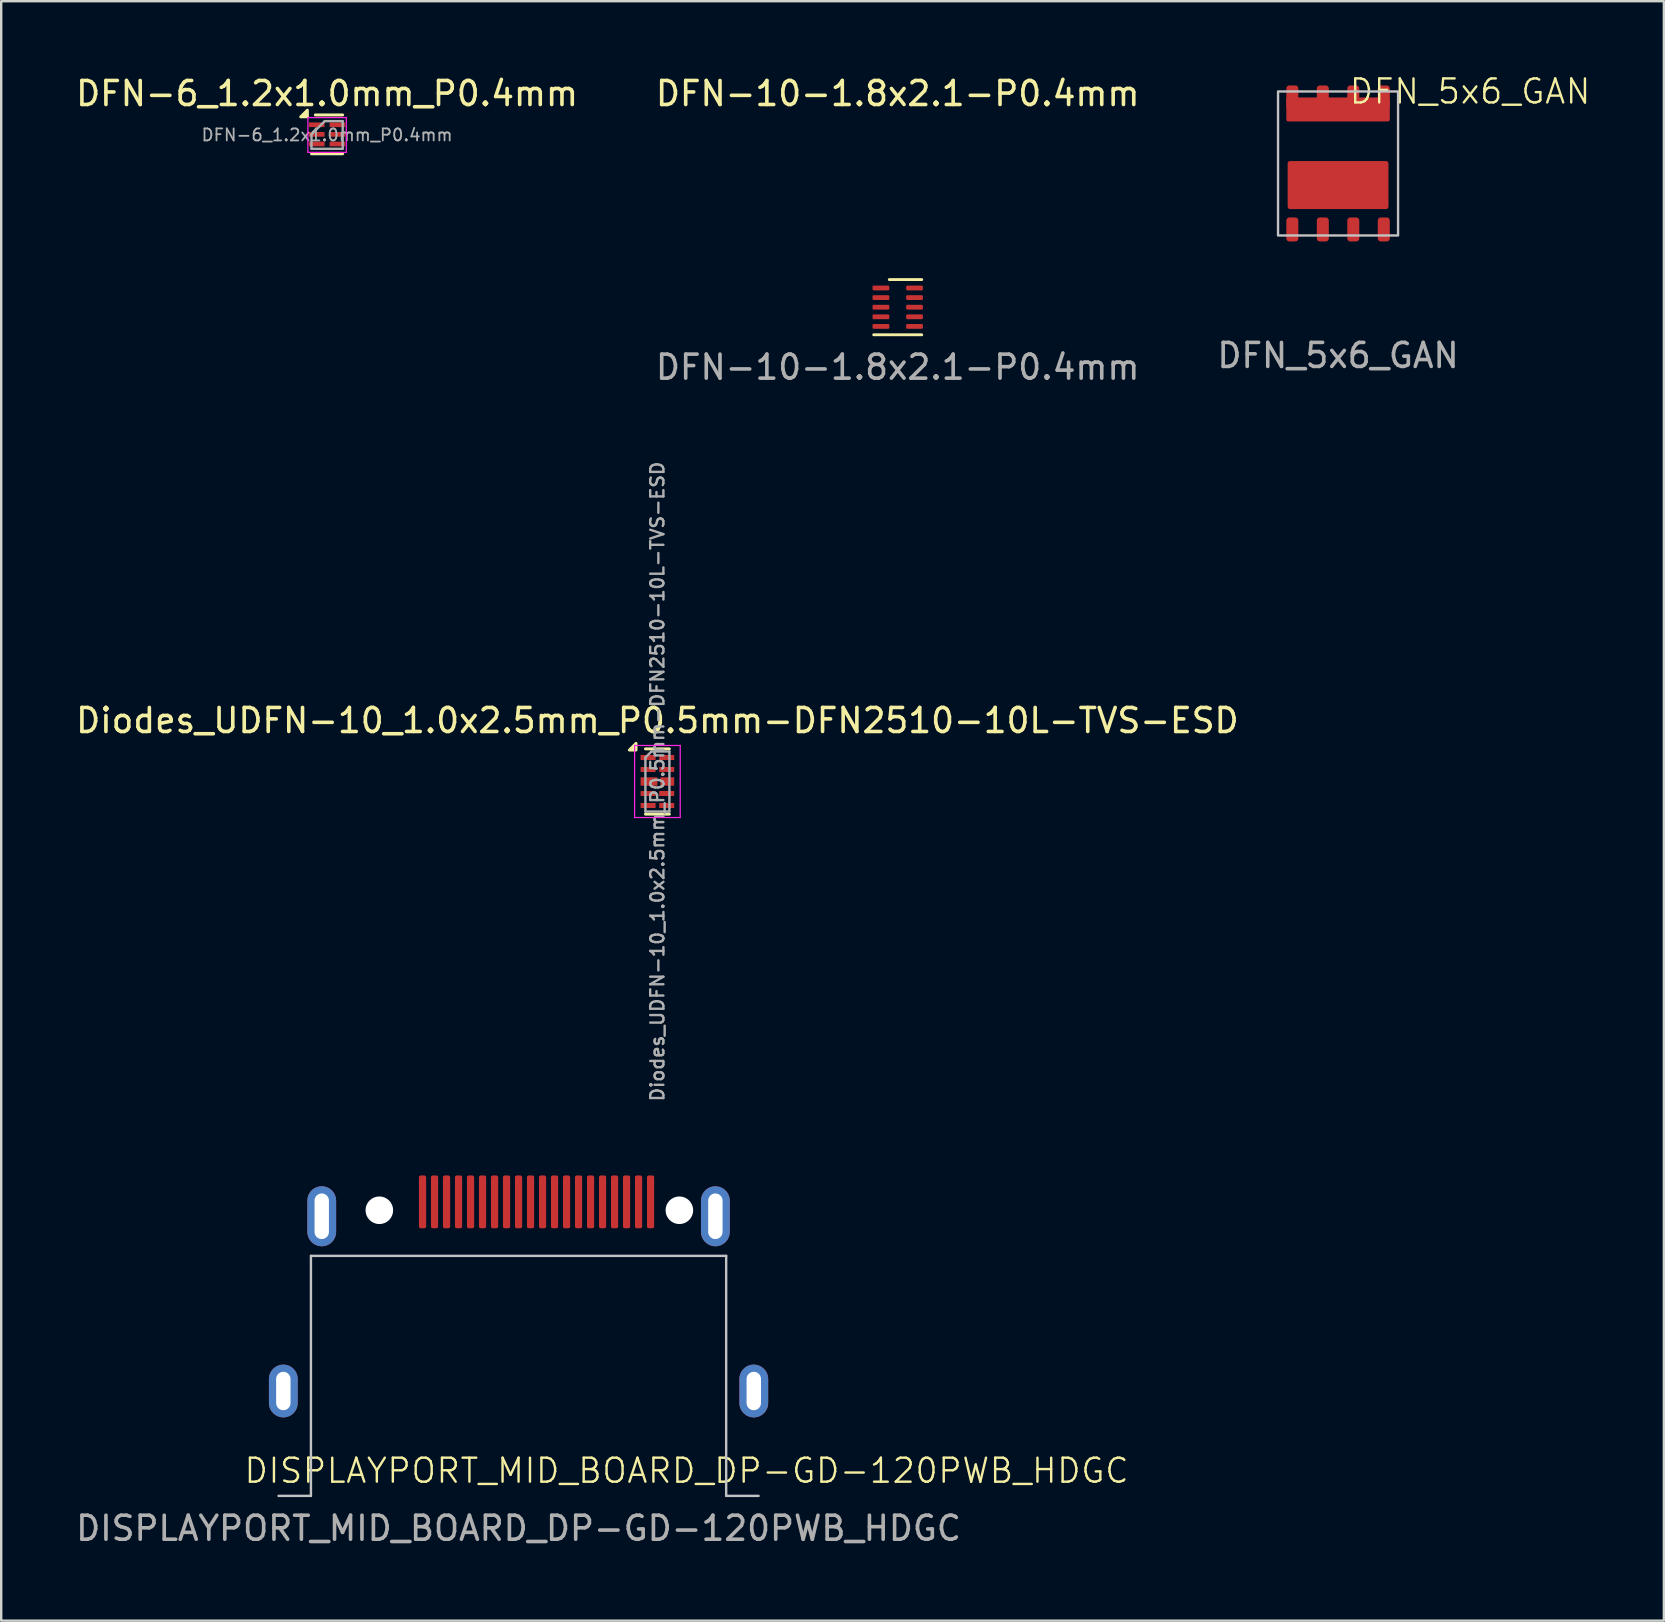
<source format=kicad_pcb>
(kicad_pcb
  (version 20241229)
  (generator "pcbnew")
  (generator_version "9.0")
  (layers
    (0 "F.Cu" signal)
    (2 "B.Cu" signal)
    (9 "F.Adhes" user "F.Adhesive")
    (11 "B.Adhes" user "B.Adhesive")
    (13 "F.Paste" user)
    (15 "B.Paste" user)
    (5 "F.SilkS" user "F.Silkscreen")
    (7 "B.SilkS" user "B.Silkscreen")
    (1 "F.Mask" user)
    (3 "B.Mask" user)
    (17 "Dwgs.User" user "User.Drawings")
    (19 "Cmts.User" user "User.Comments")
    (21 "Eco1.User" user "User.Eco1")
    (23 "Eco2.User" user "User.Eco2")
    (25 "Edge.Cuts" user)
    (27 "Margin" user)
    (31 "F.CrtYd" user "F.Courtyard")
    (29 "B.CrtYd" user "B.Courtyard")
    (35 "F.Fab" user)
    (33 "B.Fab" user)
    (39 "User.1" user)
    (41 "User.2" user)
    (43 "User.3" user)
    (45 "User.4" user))
  (footprint "DISPLAYPORT_MID_BOARD_DP-GD-120PWB_HDGC"
    (layer "F.Cu")
    (at 18.554 60.222)
    (property "Reference" "DISPLAYPORT_MID_BOARD_DP-GD-120PWB_HDGC" (at 7 -2 0) (unlocked yes) (layer "F.SilkS") (effects (font (size 1 1) (thickness 0.1))))
    (attr smd)
    (fp_line (start -10 -0.95) (end -8.65 -0.95) (stroke (width 0.1) (type default)) (layer "Dwgs.User"))
    (fp_line (start -8.65 -10.95) (end 8.65 -10.95) (stroke (width 0.1) (type default)) (layer "Dwgs.User"))
    (fp_line (start -8.65 -0.95) (end -8.65 -10.95) (stroke (width 0.1) (type default)) (layer "Dwgs.User"))
    (fp_line (start 8.65 -0.95) (end 8.65 -10.95) (stroke (width 0.1) (type default)) (layer "Dwgs.User"))
    (fp_line (start 8.65 -0.95) (end 10 -0.95) (stroke (width 0.1) (type default)) (layer "Dwgs.User"))
    (fp_text user "${REFERENCE}" (at 0 0.4 0) (unlocked yes) (layer "F.Fab") (effects (font (size 1 1) (thickness 0.15))))
    (pad "" np_thru_hole circle (at -5.8 -12.85 90) (size 1.15 1.15) (drill 1.15) (layers "*.Cu" "*.Mask"))
    (pad "" np_thru_hole circle (at 6.7 -12.85 90) (size 1.15 1.15) (drill 1.15) (layers "*.Cu" "*.Mask"))
    (pad "1" smd roundrect (at 5.5 -13.2 90) (size 2.2 0.3) (layers "F.Cu" "F.Mask" "F.Paste") (roundrect_rratio 0.25))
    (pad "2" smd roundrect (at 5 -13.2 90) (size 2.2 0.3) (layers "F.Cu" "F.Mask" "F.Paste") (roundrect_rratio 0.25))
    (pad "3" smd roundrect (at 4.5 -13.2 90) (size 2.2 0.3) (layers "F.Cu" "F.Mask" "F.Paste") (roundrect_rratio 0.25))
    (pad "4" smd roundrect (at 4 -13.2 90) (size 2.2 0.3) (layers "F.Cu" "F.Mask" "F.Paste") (roundrect_rratio 0.25))
    (pad "5" smd roundrect (at 3.5 -13.2 90) (size 2.2 0.3) (layers "F.Cu" "F.Mask" "F.Paste") (roundrect_rratio 0.25))
    (pad "6" smd roundrect (at 3 -13.2 90) (size 2.2 0.3) (layers "F.Cu" "F.Mask" "F.Paste") (roundrect_rratio 0.25))
    (pad "7" smd roundrect (at 2.5 -13.2 90) (size 2.2 0.3) (layers "F.Cu" "F.Mask" "F.Paste") (roundrect_rratio 0.25))
    (pad "8" smd roundrect (at 2 -13.2 90) (size 2.2 0.3) (layers "F.Cu" "F.Mask" "F.Paste") (roundrect_rratio 0.25))
    (pad "9" smd roundrect (at 1.5 -13.2 90) (size 2.2 0.3) (layers "F.Cu" "F.Mask" "F.Paste") (roundrect_rratio 0.25))
    (pad "10" smd roundrect (at 1 -13.2 90) (size 2.2 0.3) (layers "F.Cu" "F.Mask" "F.Paste") (roundrect_rratio 0.25))
    (pad "11" smd roundrect (at 0.5 -13.2 90) (size 2.2 0.3) (layers "F.Cu" "F.Mask" "F.Paste") (roundrect_rratio 0.25))
    (pad "12" smd roundrect (at 0 -13.2 90) (size 2.2 0.3) (layers "F.Cu" "F.Mask" "F.Paste") (roundrect_rratio 0.25))
    (pad "13" smd roundrect (at -0.5 -13.2 90) (size 2.2 0.3) (layers "F.Cu" "F.Mask" "F.Paste") (roundrect_rratio 0.25))
    (pad "14" smd roundrect (at -1 -13.2 90) (size 2.2 0.3) (layers "F.Cu" "F.Mask" "F.Paste") (roundrect_rratio 0.25))
    (pad "15" smd roundrect (at -1.5 -13.2 90) (size 2.2 0.3) (layers "F.Cu" "F.Mask" "F.Paste") (roundrect_rratio 0.25))
    (pad "16" smd roundrect (at -2 -13.2 90) (size 2.2 0.3) (layers "F.Cu" "F.Mask" "F.Paste") (roundrect_rratio 0.25))
    (pad "17" smd roundrect (at -2.5 -13.2 90) (size 2.2 0.3) (layers "F.Cu" "F.Mask" "F.Paste") (roundrect_rratio 0.25))
    (pad "18" smd roundrect (at -3 -13.2 90) (size 2.2 0.3) (layers "F.Cu" "F.Mask" "F.Paste") (roundrect_rratio 0.25))
    (pad "19" smd roundrect (at -3.5 -13.2 90) (size 2.2 0.3) (layers "F.Cu" "F.Mask" "F.Paste") (roundrect_rratio 0.25))
    (pad "20" smd roundrect (at -4 -13.2 90) (size 2.2 0.3) (layers "F.Cu" "F.Mask" "F.Paste") (roundrect_rratio 0.25))
    (pad "21" thru_hole oval (at -9.8 -5.32 90) (size 2.2 1.2) (drill oval 1.6 0.6) (layers "*.Cu" "*.Mask"))
    (pad "21" thru_hole oval (at -8.2 -12.6 90) (size 2.5 1.2) (drill oval 1.9 0.6) (layers "*.Cu" "*.Mask"))
    (pad "21" thru_hole oval (at 8.2 -12.6 90) (size 2.5 1.2) (drill oval 1.9 0.6) (layers "*.Cu" "*.Mask"))
    (pad "21" thru_hole oval (at 9.8 -5.32 90) (size 2.2 1.2) (drill oval 1.6 0.6) (layers "*.Cu" "*.Mask")))
  (footprint "DFN-10-1.8x2.1-P0.4mm"
    (layer "F.Cu")
    (at 34.351 9.748)
    (property "Reference" "DFN-10-1.8x2.1-P0.4mm" (at 0 -8.9 0) (unlocked yes) (layer "F.SilkS") (effects (font (size 1 1) (thickness 0.15))))
    (attr smd)
    (fp_line (start -0.35 -1.15) (end 1 -1.15) (stroke (width 0.12) (type solid)) (layer "F.SilkS"))
    (fp_line (start 1 1.15) (end -1 1.15) (stroke (width 0.12) (type solid)) (layer "F.SilkS"))
    (fp_text user "${REFERENCE}" (at 0 2.5 0) (unlocked yes) (layer "F.Fab") (effects (font (size 1 1) (thickness 0.15))))
    (pad "1" smd roundrect (at -0.7 -0.8) (size 0.7 0.2) (layers "F.Cu" "F.Mask" "F.Paste") (roundrect_rratio 0.25))
    (pad "2" smd roundrect (at -0.7 -0.4) (size 0.7 0.2) (layers "F.Cu" "F.Mask" "F.Paste") (roundrect_rratio 0.25))
    (pad "3" smd roundrect (at -0.7 0) (size 0.7 0.2) (layers "F.Cu" "F.Mask" "F.Paste") (roundrect_rratio 0.25))
    (pad "4" smd roundrect (at -0.7 0.4) (size 0.7 0.2) (layers "F.Cu" "F.Mask" "F.Paste") (roundrect_rratio 0.25))
    (pad "5" smd roundrect (at -0.7 0.8) (size 0.7 0.2) (layers "F.Cu" "F.Mask" "F.Paste") (roundrect_rratio 0.25))
    (pad "6" smd roundrect (at 0.7 0.8) (size 0.7 0.2) (layers "F.Cu" "F.Mask" "F.Paste") (roundrect_rratio 0.25))
    (pad "7" smd roundrect (at 0.7 0.4) (size 0.7 0.2) (layers "F.Cu" "F.Mask" "F.Paste") (roundrect_rratio 0.25))
    (pad "8" smd roundrect (at 0.7 0) (size 0.7 0.2) (layers "F.Cu" "F.Mask" "F.Paste") (roundrect_rratio 0.25))
    (pad "9" smd roundrect (at 0.7 -0.4) (size 0.7 0.2) (layers "F.Cu" "F.Mask" "F.Paste") (roundrect_rratio 0.25))
    (pad "10" smd roundrect (at 0.7 -0.8) (size 0.7 0.2) (layers "F.Cu" "F.Mask" "F.Paste") (roundrect_rratio 0.25)))
  (footprint "DFN_5x6_GAN"
    (layer "F.Cu")
    (at 52.696 3.76)
    (property "Reference" "DFN_5x6_GAN" (at 5.5 -3 0) (unlocked yes) (layer "F.SilkS") (effects (font (size 1 1) (thickness 0.1))))
    (attr smd)
    (fp_rect (start -2.5 -3) (end 2.5 3) (stroke (width 0.1) (type default)) (fill no) (layer "Dwgs.User"))
    (fp_text user "${REFERENCE}" (at 0 8 0) (unlocked yes) (layer "F.Fab") (effects (font (size 1 1) (thickness 0.15))))
    (pad "1" smd roundrect (at -1.905 2.75 180) (size 0.5 1) (layers "F.Cu" "F.Mask" "F.Paste") (roundrect_rratio 0.25))
    (pad "1" smd roundrect (at -0.635 2.75 180) (size 0.5 1) (layers "F.Cu" "F.Mask" "F.Paste") (roundrect_rratio 0.25))
    (pad "1" smd roundrect (at 0 0.9 180) (size 4.2 2) (layers "F.Cu" "F.Mask" "F.Paste") (roundrect_rratio 0.05))
    (pad "2" smd roundrect (at 0.635 2.75 180) (size 0.5 1) (layers "F.Cu" "F.Mask" "F.Paste") (roundrect_rratio 0.25))
    (pad "3" smd roundrect (at 1.905 2.75 180) (size 0.5 1) (layers "F.Cu" "F.Mask" "F.Paste") (roundrect_rratio 0.25))
    (pad "4" smd roundrect (at -1.905 -2.75 180) (size 0.5 1) (layers "F.Cu" "F.Mask" "F.Paste") (roundrect_rratio 0.25))
    (pad "4" smd roundrect (at -0.635 -2.75 180) (size 0.5 1) (layers "F.Cu" "F.Mask" "F.Paste") (roundrect_rratio 0.25))
    (pad "4" smd roundrect (at 0 -2.25 180) (size 4.31 1) (layers "F.Cu" "F.Mask" "F.Paste") (roundrect_rratio 0.08))
    (pad "4" smd roundrect (at 0.635 -2.75 180) (size 0.5 1) (layers "F.Cu" "F.Mask" "F.Paste") (roundrect_rratio 0.25))
    (pad "4" smd roundrect (at 1.905 -2.75 180) (size 0.5 1) (layers "F.Cu" "F.Mask" "F.Paste") (roundrect_rratio 0.25)))
  (footprint "DFN-6_1.2x1.0mm_P0.4mm"
    (layer "F.Cu")
    (at 10.577 2.548)
    (property "Reference" "DFN-6_1.2x1.0mm_P0.4mm" (at 0 -1.7 0) (layer "F.SilkS") (effects (font (size 1 1) (thickness 0.15))))
    (attr smd)
    (fp_line (start -0.65 0.81) (end 0.65 0.81) (stroke (width 0.12) (type solid)) (layer "F.SilkS"))
    (fp_line (start -0.49 -0.81) (end 0.65 -0.81) (stroke (width 0.12) (type solid)) (layer "F.SilkS"))
    (fp_poly (pts (xy -0.82 -0.73) (xy -1.1 -0.73) (xy -0.82 -1.01) (xy -0.82 -0.73)) (stroke (width 0.12) (type solid)) (fill yes) (layer "F.SilkS"))
    (fp_line (start -0.8 -0.7) (end -0.8 0.75) (stroke (width 0.05) (type solid)) (layer "F.CrtYd"))
    (fp_line (start -0.8 -0.7) (end 0.8 -0.7) (stroke (width 0.05) (type solid)) (layer "F.CrtYd"))
    (fp_line (start 0.8 0.75) (end -0.8 0.75) (stroke (width 0.05) (type solid)) (layer "F.CrtYd"))
    (fp_line (start 0.8 0.75) (end 0.8 -0.7) (stroke (width 0.05) (type solid)) (layer "F.CrtYd"))
    (fp_line (start -0.65 0) (end -0.65 0.6) (stroke (width 0.1) (type solid)) (layer "F.Fab"))
    (fp_line (start -0.65 0.6) (end 0.65 0.6) (stroke (width 0.1) (type solid)) (layer "F.Fab"))
    (fp_line (start -0.1 -0.55) (end -0.65 0) (stroke (width 0.1) (type solid)) (layer "F.Fab"))
    (fp_line (start 0.65 -0.55) (end -0.1 -0.55) (stroke (width 0.1) (type solid)) (layer "F.Fab"))
    (fp_line (start 0.65 0.6) (end 0.65 -0.55) (stroke (width 0.1) (type solid)) (layer "F.Fab"))
    (fp_text user "${REFERENCE}" (at 0 0.025 0) (layer "F.Fab") (effects (font (size 0.5 0.5) (thickness 0.075))))
    (pad "1" smd rect (at -0.43 -0.4) (size 0.65 0.195) (layers "F.Cu" "F.Mask" "F.Paste"))
    (pad "2" smd rect (at -0.43 0) (size 0.65 0.195) (layers "F.Cu" "F.Mask" "F.Paste"))
    (pad "3" smd rect (at -0.43 0.4) (size 0.65 0.195) (layers "F.Cu" "F.Mask" "F.Paste"))
    (pad "4" smd rect (at 0.43 0.4) (size 0.65 0.195) (layers "F.Cu" "F.Mask" "F.Paste"))
    (pad "5" smd rect (at 0.43 0) (size 0.65 0.195) (layers "F.Cu" "F.Mask" "F.Paste"))
    (pad "6" smd rect (at 0.43 -0.4) (size 0.65 0.195) (layers "F.Cu" "F.Mask" "F.Paste")))
  (footprint "Diodes_UDFN-10_1.0x2.5mm_P0.5mm-DFN2510-10L-TVS-ESD"
    (layer "F.Cu")
    (at 24.339 29.509)
    (property "Reference" "Diodes_UDFN-10_1.0x2.5mm_P0.5mm-DFN2510-10L-TVS-ESD" (at 0 -2.54 0) (layer "F.SilkS") (effects (font (size 1 1) (thickness 0.15))))
    (attr smd)
    (fp_line (start 0.5 -1.36) (end -0.5 -1.36) (stroke (width 0.12) (type solid)) (layer "F.SilkS"))
    (fp_line (start 0.5 1.36) (end -0.5 1.36) (stroke (width 0.12) (type solid)) (layer "F.SilkS"))
    (fp_poly (pts (xy -0.89 -1.31) (xy -1.17 -1.31) (xy -0.89 -1.59) (xy -0.89 -1.31)) (stroke (width 0.12) (type solid)) (fill yes) (layer "F.SilkS"))
    (fp_line (start -0.95 -1.5) (end 0.95 -1.5) (stroke (width 0.05) (type solid)) (layer "F.CrtYd"))
    (fp_line (start -0.95 1.5) (end -0.95 -1.5) (stroke (width 0.05) (type solid)) (layer "F.CrtYd"))
    (fp_line (start 0.95 -1.5) (end 0.95 1.5) (stroke (width 0.05) (type solid)) (layer "F.CrtYd"))
    (fp_line (start 0.95 1.5) (end -0.95 1.5) (stroke (width 0.05) (type solid)) (layer "F.CrtYd"))
    (fp_line (start -0.5 -1) (end -0.5 1.25) (stroke (width 0.1) (type solid)) (layer "F.Fab"))
    (fp_line (start -0.5 1.25) (end 0.5 1.25) (stroke (width 0.1) (type solid)) (layer "F.Fab"))
    (fp_line (start -0.25 -1.25) (end -0.5 -1) (stroke (width 0.1) (type solid)) (layer "F.Fab"))
    (fp_line (start 0.5 -1.25) (end -0.25 -1.25) (stroke (width 0.1) (type solid)) (layer "F.Fab"))
    (fp_line (start 0.5 -1.25) (end 0.5 1.25) (stroke (width 0.1) (type solid)) (layer "F.Fab"))
    (fp_text user "${REFERENCE}" (at 0 0 90) (layer "F.Fab") (effects (font (size 0.55 0.55) (thickness 0.1))))
    (pad "1" smd rect (at -0.388 -1 270) (size 0.21 0.625) (layers "F.Cu" "F.Mask" "F.Paste"))
    (pad "2" smd rect (at -0.388 -0.5 270) (size 0.21 0.625) (layers "F.Cu" "F.Mask" "F.Paste"))
    (pad "3" smd rect (at -0.35 0 270) (size 0.35 0.7) (layers "F.Cu" "F.Mask" "F.Paste"))
    (pad "4" smd rect (at -0.388 0.5 270) (size 0.21 0.625) (layers "F.Cu" "F.Mask" "F.Paste"))
    (pad "5" smd rect (at -0.388 1 270) (size 0.21 0.625) (layers "F.Cu" "F.Mask" "F.Paste"))
    (pad "6" smd rect (at 0.388 1 270) (size 0.21 0.625) (layers "F.Cu" "F.Mask" "F.Paste"))
    (pad "7" smd rect (at 0.388 0.5 270) (size 0.21 0.625) (layers "F.Cu" "F.Mask" "F.Paste"))
    (pad "8" smd rect (at 0.412 0 270) (size 0.35 0.575) (layers "F.Cu" "F.Mask" "F.Paste"))
    (pad "9" smd rect (at 0.388 -0.5 270) (size 0.21 0.625) (layers "F.Cu" "F.Mask" "F.Paste"))
    (pad "10" smd rect (at 0.388 -1 270) (size 0.21 0.625) (layers "F.Cu" "F.Mask" "F.Paste")))
  (gr_rect
    (start -3 -3)
    (end 66.27 64.47)
    (stroke (width 0.1) (type default))
    (fill no)
    (layer "Edge.Cuts")))
</source>
